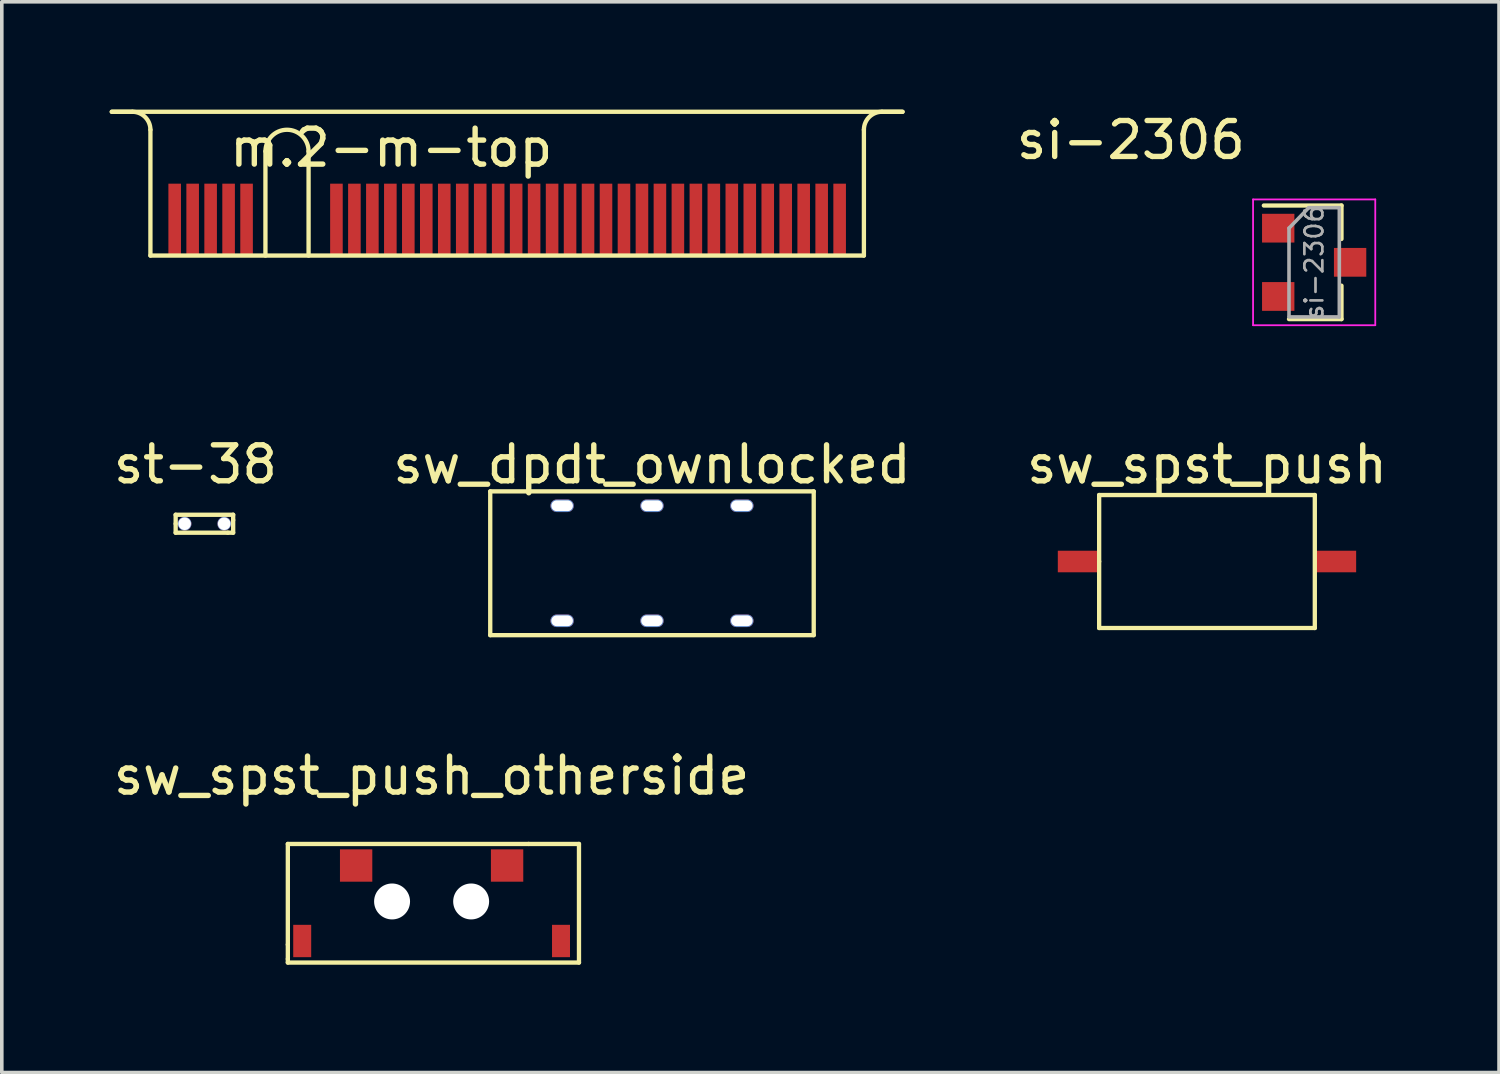
<source format=kicad_pcb>
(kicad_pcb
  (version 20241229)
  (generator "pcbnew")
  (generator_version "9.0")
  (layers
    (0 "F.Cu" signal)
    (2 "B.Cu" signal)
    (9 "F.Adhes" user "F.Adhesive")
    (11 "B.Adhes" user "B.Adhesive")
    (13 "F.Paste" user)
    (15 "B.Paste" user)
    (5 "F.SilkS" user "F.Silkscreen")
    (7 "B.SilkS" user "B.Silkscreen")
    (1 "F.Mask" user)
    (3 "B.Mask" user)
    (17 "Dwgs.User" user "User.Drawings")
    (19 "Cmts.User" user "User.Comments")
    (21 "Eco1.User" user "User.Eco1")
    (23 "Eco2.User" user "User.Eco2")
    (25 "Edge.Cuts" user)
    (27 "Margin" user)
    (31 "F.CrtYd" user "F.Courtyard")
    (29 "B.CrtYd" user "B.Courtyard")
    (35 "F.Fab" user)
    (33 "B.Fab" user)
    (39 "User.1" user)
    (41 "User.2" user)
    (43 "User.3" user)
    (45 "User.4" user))
  (footprint "st-38"
    (layer "F.Cu")
    (at 2.087 11.521)
    (property "Reference" "st-38" (at 0.3 -1.65 0) (layer "F.SilkS") (effects (font (size 1 1) (thickness 0.15))))
    (attr through_hole)
    (fp_line (start -0.25 -0.25) (end -0.25 0) (stroke (width 0.12) (type solid)) (layer "F.SilkS"))
    (fp_line (start -0.25 0) (end -0.25 0.25) (stroke (width 0.12) (type solid)) (layer "F.SilkS"))
    (fp_line (start -0.25 0.25) (end 1.2 0.25) (stroke (width 0.12) (type solid)) (layer "F.SilkS"))
    (fp_line (start 1.2 0.25) (end 1.35 0.25) (stroke (width 0.12) (type solid)) (layer "F.SilkS"))
    (fp_line (start 1.35 -0.25) (end -0.25 -0.25) (stroke (width 0.12) (type solid)) (layer "F.SilkS"))
    (fp_line (start 1.35 -0.1) (end 1.35 -0.25) (stroke (width 0.12) (type solid)) (layer "F.SilkS"))
    (fp_line (start 1.35 0.25) (end 1.35 -0.1) (stroke (width 0.12) (type solid)) (layer "F.SilkS"))
    (pad "1" thru_hole circle (at 0 0) (size 0.38 0.38) (drill 0.35) (layers "*.Cu" "*.Mask"))
    (pad "2" thru_hole circle (at 1.1 0) (size 0.38 0.38) (drill 0.35) (layers "*.Cu" "*.Mask")))
  (footprint "sw_spst_push"
    (layer "F.Cu")
    (at 30.53 12.572)
    (property "Reference" "sw_spst_push" (at 0 -2.7 0) (layer "F.SilkS") (effects (font (size 1 1) (thickness 0.15))))
    (attr through_hole)
    (fp_line (start -3 -1.85) (end -3 0) (stroke (width 0.12) (type solid)) (layer "F.SilkS"))
    (fp_line (start -3 0) (end -3 1.85) (stroke (width 0.12) (type solid)) (layer "F.SilkS"))
    (fp_line (start -3 1.85) (end 3 1.85) (stroke (width 0.12) (type solid)) (layer "F.SilkS"))
    (fp_line (start 3 -1.85) (end -3 -1.85) (stroke (width 0.12) (type solid)) (layer "F.SilkS"))
    (fp_line (start 3 1.85) (end 3 -1.85) (stroke (width 0.12) (type solid)) (layer "F.SilkS"))
    (pad "1" smd rect (at -3.575 0) (size 1.15 0.6) (layers "F.Cu" "F.Mask" "F.Paste"))
    (pad "2" smd rect (at 3.575 0) (size 1.15 0.6) (layers "F.Cu" "F.Mask" "F.Paste")))
  (footprint "sw_spst_push_otherside"
    (layer "F.Cu")
    (at 8.958 22.03)
    (property "Reference" "sw_spst_push_otherside" (at 0 -3.5 0) (layer "F.SilkS") (effects (font (size 1 1) (thickness 0.15))))
    (attr through_hole)
    (fp_line (start -4 -1.6) (end 2.7 -1.6) (stroke (width 0.12) (type solid)) (layer "F.SilkS"))
    (fp_line (start -4 1.2) (end -4 -1.6) (stroke (width 0.12) (type solid)) (layer "F.SilkS"))
    (fp_line (start -4 1.2) (end -4 1.6) (stroke (width 0.12) (type solid)) (layer "F.SilkS"))
    (fp_line (start -4 1.6) (end -4 1.7) (stroke (width 0.12) (type solid)) (layer "F.SilkS"))
    (fp_line (start -4 1.7) (end 4.1 1.7) (stroke (width 0.12) (type solid)) (layer "F.SilkS"))
    (fp_line (start 4.1 -1.6) (end 2.7 -1.6) (stroke (width 0.12) (type solid)) (layer "F.SilkS"))
    (fp_line (start 4.1 1.7) (end 4.1 -1.6) (stroke (width 0.12) (type solid)) (layer "F.SilkS"))
    (pad "" np_thru_hole circle (at -1.1 0) (size 1 1) (drill 1) (layers "*.Cu" "*.Mask"))
    (pad "" np_thru_hole circle (at 1.1 0) (size 1 1) (drill 1) (layers "*.Cu" "*.Mask"))
    (pad "1" smd rect (at -2.1 -1) (size 0.9 0.9) (layers "F.Cu" "F.Mask" "F.Paste"))
    (pad "2" smd rect (at 2.1 -1) (size 0.9 0.9) (layers "F.Cu" "F.Mask" "F.Paste"))
    (pad "3" smd rect (at -3.6 1.1) (size 0.5 0.9) (layers "F.Cu" "F.Mask" "F.Paste"))
    (pad "3" smd rect (at 3.6 1.1) (size 0.5 0.9) (layers "F.Cu" "F.Mask" "F.Paste")))
  (footprint "sw_dpdt_ownlocked"
    (layer "F.Cu")
    (at 15.089 12.621)
    (property "Reference" "sw_dpdt_ownlocked" (at 0 -2.75 0) (layer "F.SilkS") (effects (font (size 1 1) (thickness 0.15))))
    (attr through_hole)
    (fp_line (start -4.5 -2) (end 4.5 -2) (stroke (width 0.12) (type solid)) (layer "F.SilkS"))
    (fp_line (start -4.5 2) (end -4.5 -2) (stroke (width 0.12) (type solid)) (layer "F.SilkS"))
    (fp_line (start 4.5 -2) (end 4.5 2) (stroke (width 0.12) (type solid)) (layer "F.SilkS"))
    (fp_line (start 4.5 2) (end -4.5 2) (stroke (width 0.12) (type solid)) (layer "F.SilkS"))
    (pad "1" thru_hole oval (at -2.5 1.6) (size 0.65 0.35) (drill oval 0.6 0.3) (layers "*.Cu" "*.Mask"))
    (pad "2" thru_hole oval (at 0 1.6) (size 0.65 0.35) (drill oval 0.6 0.3) (layers "*.Cu" "*.Mask"))
    (pad "3" thru_hole oval (at 2.5 1.6) (size 0.65 0.35) (drill oval 0.6 0.3) (layers "*.Cu" "*.Mask"))
    (pad "4" thru_hole oval (at -2.5 -1.6) (size 0.65 0.35) (drill oval 0.6 0.3) (layers "*.Cu" "*.Mask"))
    (pad "5" thru_hole oval (at 0 -1.6) (size 0.65 0.35) (drill oval 0.6 0.3) (layers "*.Cu" "*.Mask"))
    (pad "6" thru_hole oval (at 2.5 -1.6) (size 0.65 0.35) (drill oval 0.6 0.3) (layers "*.Cu" "*.Mask")))
  (footprint "m.2-m-top"
    (layer "F.Cu")
    (at 1.135 4.06)
    (property "Reference" "m.2-m-top" (at 6.7 -3 0) (layer "F.SilkS") (effects (font (size 1 1) (thickness 0.15))))
    (attr through_hole)
    (fp_line (start -0.5 -4) (end -1.075 -4) (stroke (width 0.12) (type solid)) (layer "F.SilkS"))
    (fp_line (start 0 0) (end 0 -3.5) (stroke (width 0.12) (type solid)) (layer "F.SilkS"))
    (fp_line (start 3.2 -2.9) (end 3.2 0) (stroke (width 0.12) (type solid)) (layer "F.SilkS"))
    (fp_line (start 4.4 -2.9) (end 4.4 0) (stroke (width 0.12) (type solid)) (layer "F.SilkS"))
    (fp_line (start 19.85 0) (end 0 0) (stroke (width 0.12) (type solid)) (layer "F.SilkS"))
    (fp_line (start 19.85 0) (end 19.85 -3.5) (stroke (width 0.12) (type solid)) (layer "F.SilkS"))
    (fp_line (start 20.35 -4) (end 20.925 -4) (stroke (width 0.12) (type solid)) (layer "F.SilkS"))
    (fp_line (start 20.925 -4) (end -1.075 -4) (stroke (width 0.12) (type solid)) (layer "F.SilkS"))
    (fp_arc (start -0.5 -4) (mid -0.146447 -3.853553) (end 0 -3.5) (stroke (width 0.12) (type solid)) (layer "F.SilkS"))
    (fp_arc (start 3.2 -2.9) (mid 3.8 -3.5) (end 4.4 -2.9) (stroke (width 0.12) (type solid)) (layer "F.SilkS"))
    (fp_arc (start 19.85 -3.5) (mid 19.996447 -3.853553) (end 20.35 -4) (stroke (width 0.12) (type solid)) (layer "F.SilkS"))
    (pad "1" smd rect (at 19.175 -1) (size 0.35 2) (layers "F.Cu" "F.Mask" "F.Paste"))
    (pad "3" smd rect (at 18.675 -1) (size 0.35 2) (layers "F.Cu" "F.Mask" "F.Paste"))
    (pad "5" smd rect (at 18.175 -1) (size 0.35 2) (layers "F.Cu" "F.Mask" "F.Paste"))
    (pad "7" smd rect (at 17.675 -1) (size 0.35 2) (layers "F.Cu" "F.Mask" "F.Paste"))
    (pad "9" smd rect (at 17.175 -1) (size 0.35 2) (layers "F.Cu" "F.Mask" "F.Paste"))
    (pad "11" smd rect (at 16.675 -1) (size 0.35 2) (layers "F.Cu" "F.Mask" "F.Paste"))
    (pad "13" smd rect (at 16.175 -1) (size 0.35 2) (layers "F.Cu" "F.Mask" "F.Paste"))
    (pad "15" smd rect (at 15.675 -1) (size 0.35 2) (layers "F.Cu" "F.Mask" "F.Paste"))
    (pad "17" smd rect (at 15.175 -1) (size 0.35 2) (layers "F.Cu" "F.Mask" "F.Paste"))
    (pad "19" smd rect (at 14.675 -1) (size 0.35 2) (layers "F.Cu" "F.Mask" "F.Paste"))
    (pad "21" smd rect (at 14.175 -1) (size 0.35 2) (layers "F.Cu" "F.Mask" "F.Paste"))
    (pad "23" smd rect (at 13.675 -1) (size 0.35 2) (layers "F.Cu" "F.Mask" "F.Paste"))
    (pad "25" smd rect (at 13.175 -1) (size 0.35 2) (layers "F.Cu" "F.Mask" "F.Paste"))
    (pad "27" smd rect (at 12.675 -1) (size 0.35 2) (layers "F.Cu" "F.Mask" "F.Paste"))
    (pad "29" smd rect (at 12.175 -1) (size 0.35 2) (layers "F.Cu" "F.Mask" "F.Paste"))
    (pad "31" smd rect (at 11.675 -1) (size 0.35 2) (layers "F.Cu" "F.Mask" "F.Paste"))
    (pad "33" smd rect (at 11.175 -1) (size 0.35 2) (layers "F.Cu" "F.Mask" "F.Paste"))
    (pad "35" smd rect (at 10.675 -1) (size 0.35 2) (layers "F.Cu" "F.Mask" "F.Paste"))
    (pad "37" smd rect (at 10.175 -1) (size 0.35 2) (layers "F.Cu" "F.Mask" "F.Paste"))
    (pad "39" smd rect (at 9.675 -1) (size 0.35 2) (layers "F.Cu" "F.Mask" "F.Paste"))
    (pad "41" smd rect (at 9.175 -1) (size 0.35 2) (layers "F.Cu" "F.Mask" "F.Paste"))
    (pad "43" smd rect (at 8.675 -1) (size 0.35 2) (layers "F.Cu" "F.Mask" "F.Paste"))
    (pad "45" smd rect (at 8.175 -1) (size 0.35 2) (layers "F.Cu" "F.Mask" "F.Paste"))
    (pad "47" smd rect (at 7.675 -1) (size 0.35 2) (layers "F.Cu" "F.Mask" "F.Paste"))
    (pad "49" smd rect (at 7.175 -1) (size 0.35 2) (layers "F.Cu" "F.Mask" "F.Paste"))
    (pad "51" smd rect (at 6.675 -1) (size 0.35 2) (layers "F.Cu" "F.Mask" "F.Paste"))
    (pad "53" smd rect (at 6.175 -1) (size 0.35 2) (layers "F.Cu" "F.Mask" "F.Paste"))
    (pad "55" smd rect (at 5.675 -1) (size 0.35 2) (layers "F.Cu" "F.Mask" "F.Paste"))
    (pad "57" smd rect (at 5.175 -1) (size 0.35 2) (layers "F.Cu" "F.Mask" "F.Paste"))
    (pad "67" smd rect (at 2.675 -1) (size 0.35 2) (layers "F.Cu" "F.Mask" "F.Paste"))
    (pad "69" smd rect (at 2.175 -1) (size 0.35 2) (layers "F.Cu" "F.Mask" "F.Paste"))
    (pad "71" smd rect (at 1.675 -1) (size 0.35 2) (layers "F.Cu" "F.Mask" "F.Paste"))
    (pad "73" smd rect (at 1.175 -1) (size 0.35 2) (layers "F.Cu" "F.Mask" "F.Paste"))
    (pad "75" smd rect (at 0.675 -1) (size 0.35 2) (layers "F.Cu" "F.Mask" "F.Paste")))
  (footprint "si-2306"
    (layer "F.Cu")
    (at 28.412 0.348)
    (property "Reference" "si-2306" (at 0 0.5 0) (layer "F.SilkS") (effects (font (size 1 1) (thickness 0.15))))
    (attr through_hole)
    (fp_line (start 5.86 2.32) (end 3.7 2.32) (stroke (width 0.12) (type solid)) (layer "F.SilkS"))
    (fp_line (start 5.86 2.32) (end 5.86 3.25) (stroke (width 0.12) (type solid)) (layer "F.SilkS"))
    (fp_line (start 5.86 5.48) (end 4.4 5.48) (stroke (width 0.12) (type solid)) (layer "F.SilkS"))
    (fp_line (start 5.86 5.48) (end 5.86 4.55) (stroke (width 0.12) (type solid)) (layer "F.SilkS"))
    (fp_line (start 3.4 2.15) (end 6.8 2.15) (stroke (width 0.05) (type solid)) (layer "F.CrtYd"))
    (fp_line (start 3.4 5.65) (end 3.4 2.15) (stroke (width 0.05) (type solid)) (layer "F.CrtYd"))
    (fp_line (start 6.8 2.15) (end 6.8 5.65) (stroke (width 0.05) (type solid)) (layer "F.CrtYd"))
    (fp_line (start 6.8 5.65) (end 3.4 5.65) (stroke (width 0.05) (type solid)) (layer "F.CrtYd"))
    (fp_line (start 4.4 2.95) (end 4.4 5.4) (stroke (width 0.1) (type solid)) (layer "F.Fab"))
    (fp_line (start 4.4 2.95) (end 4.95 2.38) (stroke (width 0.1) (type solid)) (layer "F.Fab"))
    (fp_line (start 4.4 5.42) (end 5.8 5.42) (stroke (width 0.1) (type solid)) (layer "F.Fab"))
    (fp_line (start 4.95 2.38) (end 5.8 2.38) (stroke (width 0.1) (type solid)) (layer "F.Fab"))
    (fp_line (start 5.8 2.38) (end 5.8 5.42) (stroke (width 0.1) (type solid)) (layer "F.Fab"))
    (fp_text user "${REFERENCE}" (at 5.1 3.9 90) (layer "F.Fab") (effects (font (size 0.5 0.5) (thickness 0.075))))
    (pad "1" smd rect (at 4.1 4.85) (size 0.9 0.8) (layers "F.Cu" "F.Mask" "F.Paste"))
    (pad "2" smd rect (at 4.1 2.95) (size 0.9 0.8) (layers "F.Cu" "F.Mask" "F.Paste"))
    (pad "3" smd rect (at 6.1 3.9) (size 0.9 0.8) (layers "F.Cu" "F.Mask" "F.Paste")))
  (gr_rect
    (start -3 -3)
    (end 38.655 26.79)
    (stroke (width 0.1) (type default))
    (fill no)
    (layer "Edge.Cuts")))
</source>
